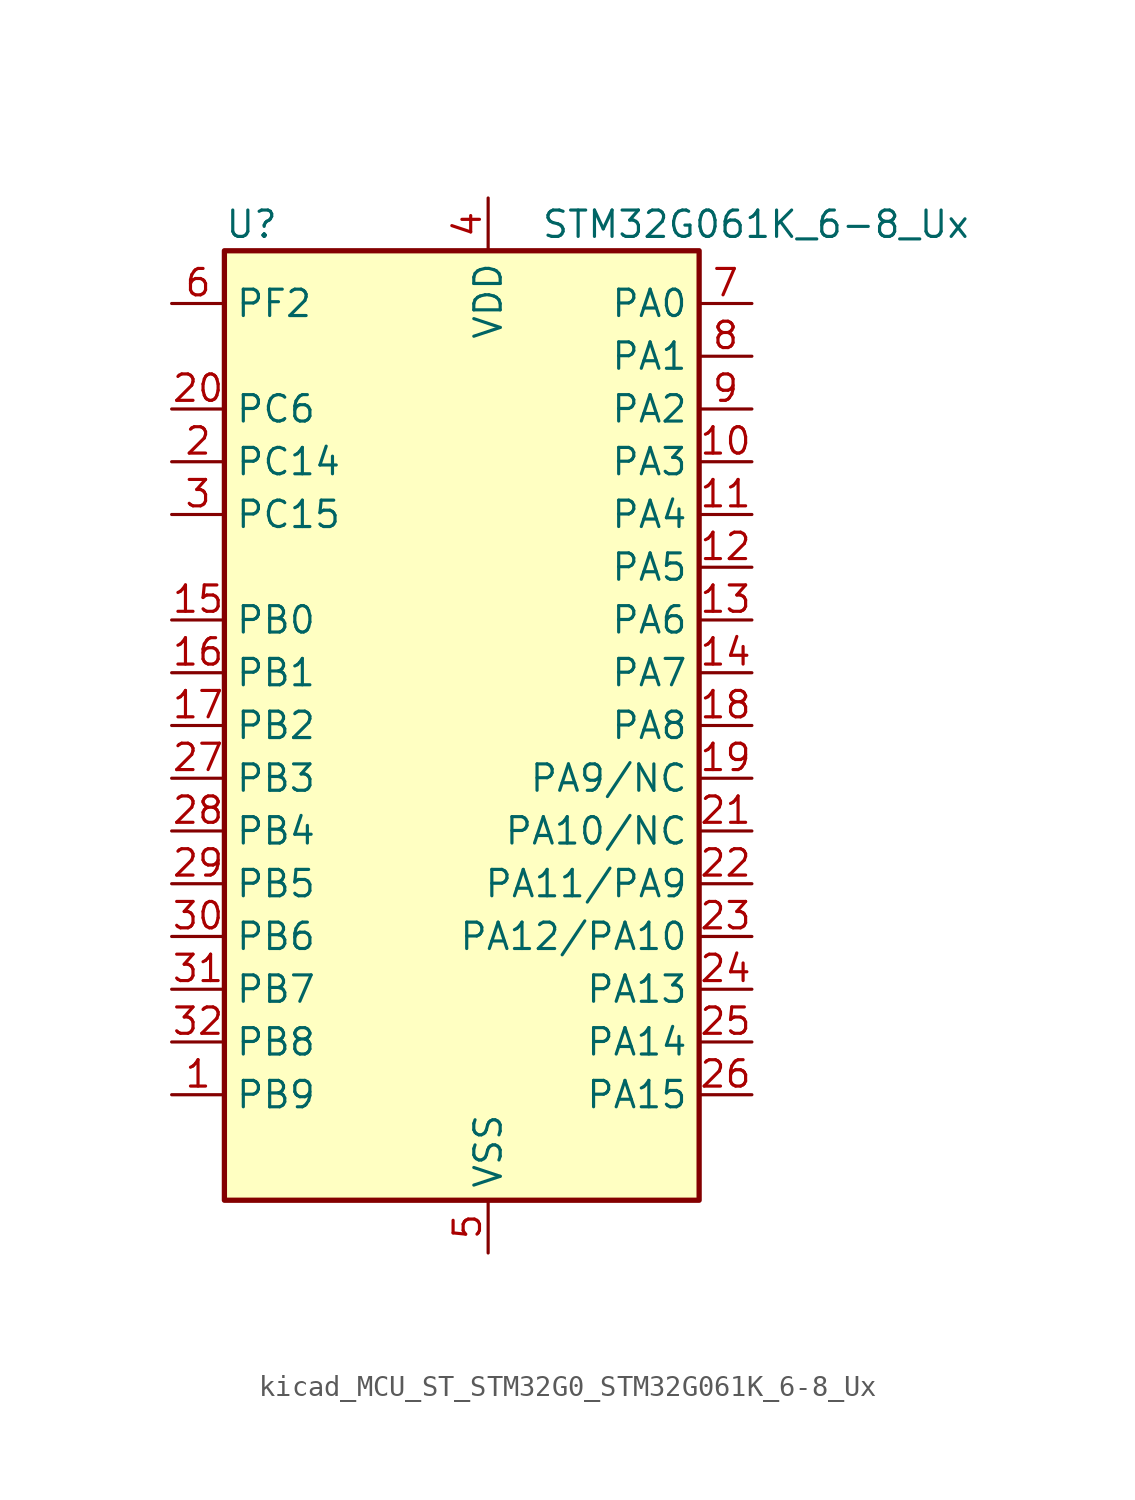
<source format=kicad_sym>
(kicad_symbol_lib
  (version 20220914)
  (generator kicad_symbol_editor)
  (symbol "kicad_MCU_ST_STM32G0_STM32G061K_6-8_Ux"
    (property "Reference" "U"
      (at -10.16 24.13 0)
      (effects (font (size 1.27 1.27)) (justify left)))
    (property "Value" "STM32G061K_6-8_Ux"
      (at 5.08 24.13 0)
      (effects (font (size 1.27 1.27)) (justify left)))
    (property "ki_locked" ""
      (at 0 0 0)
      (effects (font (size 1.27 1.27))))
    (symbol "kicad_MCU_ST_STM32G0_STM32G061K_6-8_Ux_0_1"
      (rectangle (start -10.16 -22.86) (end 12.7 22.86) (stroke (width 0.254) (type default)) (fill (type background))))
    (symbol "kicad_MCU_ST_STM32G0_STM32G061K_6-8_Ux_1_1"
      (pin bidirectional line (at -12.7 -17.78 0) (length 2.54) (name "PB9" (effects (font (size 1.27 1.27)))) (number "1" (effects (font (size 1.27 1.27)))) (alternate "DAC1_EXTI9" bidirectional line) (alternate "I2C1_SDA" bidirectional line) (alternate "IR_OUT" bidirectional line) (alternate "SPI2_NSS" bidirectional line) (alternate "TIM17_CH1" bidirectional line))
      (pin bidirectional line (at 15.24 12.7 180) (length 2.54) (name "PA3" (effects (font (size 1.27 1.27)))) (number "10" (effects (font (size 1.27 1.27)))) (alternate "ADC1_IN3" bidirectional line) (alternate "COMP2_INP" bidirectional line) (alternate "LPUART1_RX" bidirectional line) (alternate "SPI2_MISO" bidirectional line) (alternate "TIM15_CH2" bidirectional line) (alternate "TIM2_CH4" bidirectional line) (alternate "USART2_RX" bidirectional line))
      (pin bidirectional line (at 15.24 10.16 180) (length 2.54) (name "PA4" (effects (font (size 1.27 1.27)))) (number "11" (effects (font (size 1.27 1.27)))) (alternate "ADC1_IN4" bidirectional line) (alternate "DAC1_OUT1" bidirectional line) (alternate "I2S1_WS" bidirectional line) (alternate "LPTIM2_OUT" bidirectional line) (alternate "RTC_OUT1" bidirectional line) (alternate "RTC_TAMP_IN1" bidirectional line) (alternate "RTC_TS" bidirectional line) (alternate "SPI1_NSS" bidirectional line) (alternate "SPI2_MOSI" bidirectional line) (alternate "SYS_WKUP2" bidirectional line) (alternate "TIM14_CH1" bidirectional line))
      (pin bidirectional line (at 15.24 7.62 180) (length 2.54) (name "PA5" (effects (font (size 1.27 1.27)))) (number "12" (effects (font (size 1.27 1.27)))) (alternate "ADC1_IN5" bidirectional line) (alternate "DAC1_OUT2" bidirectional line) (alternate "I2S1_CK" bidirectional line) (alternate "LPTIM2_ETR" bidirectional line) (alternate "SPI1_SCK" bidirectional line) (alternate "TIM2_CH1" bidirectional line) (alternate "TIM2_ETR" bidirectional line))
      (pin bidirectional line (at 15.24 5.08 180) (length 2.54) (name "PA6" (effects (font (size 1.27 1.27)))) (number "13" (effects (font (size 1.27 1.27)))) (alternate "ADC1_IN6" bidirectional line) (alternate "COMP1_OUT" bidirectional line) (alternate "I2S1_MCK" bidirectional line) (alternate "LPUART1_CTS" bidirectional line) (alternate "SPI1_MISO" bidirectional line) (alternate "TIM16_CH1" bidirectional line) (alternate "TIM1_BK" bidirectional line) (alternate "TIM3_CH1" bidirectional line))
      (pin bidirectional line (at 15.24 2.54 180) (length 2.54) (name "PA7" (effects (font (size 1.27 1.27)))) (number "14" (effects (font (size 1.27 1.27)))) (alternate "ADC1_IN7" bidirectional line) (alternate "COMP2_OUT" bidirectional line) (alternate "I2S1_SD" bidirectional line) (alternate "SPI1_MOSI" bidirectional line) (alternate "TIM14_CH1" bidirectional line) (alternate "TIM17_CH1" bidirectional line) (alternate "TIM1_CH1N" bidirectional line) (alternate "TIM3_CH2" bidirectional line))
      (pin bidirectional line (at -12.7 5.08 0) (length 2.54) (name "PB0" (effects (font (size 1.27 1.27)))) (number "15" (effects (font (size 1.27 1.27)))) (alternate "ADC1_IN8" bidirectional line) (alternate "COMP1_OUT" bidirectional line) (alternate "I2S1_WS" bidirectional line) (alternate "LPTIM1_OUT" bidirectional line) (alternate "SPI1_NSS" bidirectional line) (alternate "TIM1_CH2N" bidirectional line) (alternate "TIM3_CH3" bidirectional line))
      (pin bidirectional line (at -12.7 2.54 0) (length 2.54) (name "PB1" (effects (font (size 1.27 1.27)))) (number "16" (effects (font (size 1.27 1.27)))) (alternate "ADC1_IN9" bidirectional line) (alternate "COMP1_INM" bidirectional line) (alternate "LPTIM2_IN1" bidirectional line) (alternate "LPUART1_DE" bidirectional line) (alternate "LPUART1_RTS" bidirectional line) (alternate "TIM14_CH1" bidirectional line) (alternate "TIM1_CH3N" bidirectional line) (alternate "TIM3_CH4" bidirectional line))
      (pin bidirectional line (at -12.7 0 0) (length 2.54) (name "PB2" (effects (font (size 1.27 1.27)))) (number "17" (effects (font (size 1.27 1.27)))) (alternate "ADC1_IN10" bidirectional line) (alternate "COMP1_INP" bidirectional line) (alternate "LPTIM1_OUT" bidirectional line) (alternate "SPI2_MISO" bidirectional line))
      (pin bidirectional line (at 15.24 0 180) (length 2.54) (name "PA8" (effects (font (size 1.27 1.27)))) (number "18" (effects (font (size 1.27 1.27)))) (alternate "LPTIM2_OUT" bidirectional line) (alternate "RCC_MCO" bidirectional line) (alternate "SPI2_NSS" bidirectional line) (alternate "TIM1_CH1" bidirectional line))
      (pin bidirectional line (at 15.24 -2.54 180) (length 2.54) (name "PA9/NC" (effects (font (size 1.27 1.27)))) (number "19" (effects (font (size 1.27 1.27)))) (alternate "DAC1_EXTI9" bidirectional line) (alternate "I2C1_SCL" bidirectional line) (alternate "RCC_MCO" bidirectional line) (alternate "SPI2_MISO" bidirectional line) (alternate "TIM15_BK" bidirectional line) (alternate "TIM1_CH2" bidirectional line) (alternate "USART1_TX" bidirectional line))
      (pin bidirectional line (at -12.7 12.7 0) (length 2.54) (name "PC14" (effects (font (size 1.27 1.27)))) (number "2" (effects (font (size 1.27 1.27)))) (alternate "RCC_OSC32_IN" bidirectional line) (alternate "RCC_OSC_IN" bidirectional line) (alternate "TIM1_BK2" bidirectional line))
      (pin bidirectional line (at -12.7 15.24 0) (length 2.54) (name "PC6" (effects (font (size 1.27 1.27)))) (number "20" (effects (font (size 1.27 1.27)))) (alternate "TIM2_CH3" bidirectional line) (alternate "TIM3_CH1" bidirectional line))
      (pin bidirectional line (at 15.24 -5.08 180) (length 2.54) (name "PA10/NC" (effects (font (size 1.27 1.27)))) (number "21" (effects (font (size 1.27 1.27)))) (alternate "I2C1_SDA" bidirectional line) (alternate "SPI2_MOSI" bidirectional line) (alternate "TIM17_BK" bidirectional line) (alternate "TIM1_CH3" bidirectional line) (alternate "USART1_RX" bidirectional line))
      (pin bidirectional line (at 15.24 -7.62 180) (length 2.54) (name "PA11/PA9" (effects (font (size 1.27 1.27)))) (number "22" (effects (font (size 1.27 1.27)))) (alternate "ADC1_EXTI11" bidirectional line) (alternate "ADC1_IN15" bidirectional line) (alternate "COMP1_OUT" bidirectional line) (alternate "I2C2_SCL" bidirectional line) (alternate "I2S1_MCK" bidirectional line) (alternate "SPI1_MISO" bidirectional line) (alternate "TIM1_BK2" bidirectional line) (alternate "TIM1_CH4" bidirectional line) (alternate "USART1_CTS" bidirectional line) (alternate "USART1_NSS" bidirectional line))
      (pin bidirectional line (at 15.24 -10.16 180) (length 2.54) (name "PA12/PA10" (effects (font (size 1.27 1.27)))) (number "23" (effects (font (size 1.27 1.27)))) (alternate "ADC1_IN16" bidirectional line) (alternate "COMP2_OUT" bidirectional line) (alternate "I2C2_SDA" bidirectional line) (alternate "I2S1_SD" bidirectional line) (alternate "I2S_CKIN" bidirectional line) (alternate "SPI1_MOSI" bidirectional line) (alternate "TIM1_ETR" bidirectional line) (alternate "USART1_CK" bidirectional line) (alternate "USART1_DE" bidirectional line) (alternate "USART1_RTS" bidirectional line))
      (pin bidirectional line (at 15.24 -12.7 180) (length 2.54) (name "PA13" (effects (font (size 1.27 1.27)))) (number "24" (effects (font (size 1.27 1.27)))) (alternate "ADC1_IN17" bidirectional line) (alternate "IR_OUT" bidirectional line) (alternate "SYS_SWDIO" bidirectional line))
      (pin bidirectional line (at 15.24 -15.24 180) (length 2.54) (name "PA14" (effects (font (size 1.27 1.27)))) (number "25" (effects (font (size 1.27 1.27)))) (alternate "ADC1_IN18" bidirectional line) (alternate "SYS_SWCLK" bidirectional line) (alternate "USART2_TX" bidirectional line))
      (pin bidirectional line (at 15.24 -17.78 180) (length 2.54) (name "PA15" (effects (font (size 1.27 1.27)))) (number "26" (effects (font (size 1.27 1.27)))) (alternate "I2S1_WS" bidirectional line) (alternate "SPI1_NSS" bidirectional line) (alternate "TIM2_CH1" bidirectional line) (alternate "TIM2_ETR" bidirectional line) (alternate "USART2_RX" bidirectional line))
      (pin bidirectional line (at -12.7 -2.54 0) (length 2.54) (name "PB3" (effects (font (size 1.27 1.27)))) (number "27" (effects (font (size 1.27 1.27)))) (alternate "COMP2_INM" bidirectional line) (alternate "I2S1_CK" bidirectional line) (alternate "SPI1_SCK" bidirectional line) (alternate "TIM1_CH2" bidirectional line) (alternate "TIM2_CH2" bidirectional line) (alternate "USART1_CK" bidirectional line) (alternate "USART1_DE" bidirectional line) (alternate "USART1_RTS" bidirectional line))
      (pin bidirectional line (at -12.7 -5.08 0) (length 2.54) (name "PB4" (effects (font (size 1.27 1.27)))) (number "28" (effects (font (size 1.27 1.27)))) (alternate "COMP2_INP" bidirectional line) (alternate "I2S1_MCK" bidirectional line) (alternate "SPI1_MISO" bidirectional line) (alternate "TIM17_BK" bidirectional line) (alternate "TIM3_CH1" bidirectional line) (alternate "USART1_CTS" bidirectional line) (alternate "USART1_NSS" bidirectional line))
      (pin bidirectional line (at -12.7 -7.62 0) (length 2.54) (name "PB5" (effects (font (size 1.27 1.27)))) (number "29" (effects (font (size 1.27 1.27)))) (alternate "COMP2_OUT" bidirectional line) (alternate "I2C1_SMBA" bidirectional line) (alternate "I2S1_SD" bidirectional line) (alternate "LPTIM1_IN1" bidirectional line) (alternate "SPI1_MOSI" bidirectional line) (alternate "SYS_WKUP6" bidirectional line) (alternate "TIM16_BK" bidirectional line) (alternate "TIM3_CH2" bidirectional line))
      (pin bidirectional line (at -12.7 10.16 0) (length 2.54) (name "PC15" (effects (font (size 1.27 1.27)))) (number "3" (effects (font (size 1.27 1.27)))) (alternate "RCC_OSC32_EN" bidirectional line) (alternate "RCC_OSC32_OUT" bidirectional line) (alternate "RCC_OSC_EN" bidirectional line) (alternate "TIM15_BK" bidirectional line))
      (pin bidirectional line (at -12.7 -10.16 0) (length 2.54) (name "PB6" (effects (font (size 1.27 1.27)))) (number "30" (effects (font (size 1.27 1.27)))) (alternate "COMP2_INP" bidirectional line) (alternate "I2C1_SCL" bidirectional line) (alternate "LPTIM1_ETR" bidirectional line) (alternate "SPI2_MISO" bidirectional line) (alternate "TIM16_CH1N" bidirectional line) (alternate "TIM1_CH3" bidirectional line) (alternate "USART1_TX" bidirectional line))
      (pin bidirectional line (at -12.7 -12.7 0) (length 2.54) (name "PB7" (effects (font (size 1.27 1.27)))) (number "31" (effects (font (size 1.27 1.27)))) (alternate "ADC1_IN11" bidirectional line) (alternate "COMP2_INM" bidirectional line) (alternate "I2C1_SDA" bidirectional line) (alternate "LPTIM1_IN2" bidirectional line) (alternate "SPI2_MOSI" bidirectional line) (alternate "SYS_PVD_IN" bidirectional line) (alternate "TIM17_CH1N" bidirectional line) (alternate "USART1_RX" bidirectional line))
      (pin bidirectional line (at -12.7 -15.24 0) (length 2.54) (name "PB8" (effects (font (size 1.27 1.27)))) (number "32" (effects (font (size 1.27 1.27)))) (alternate "I2C1_SCL" bidirectional line) (alternate "SPI2_SCK" bidirectional line) (alternate "TIM15_BK" bidirectional line) (alternate "TIM16_CH1" bidirectional line))
      (pin passive line (at 2.54 -25.4 90) (length 2.54) hide (name "VSS" (effects (font (size 1.27 1.27)))) (number "33" (effects (font (size 1.27 1.27)))))
      (pin power_in line (at 2.54 25.4 270) (length 2.54) (name "VDD" (effects (font (size 1.27 1.27)))) (number "4" (effects (font (size 1.27 1.27)))))
      (pin power_in line (at 2.54 -25.4 90) (length 2.54) (name "VSS" (effects (font (size 1.27 1.27)))) (number "5" (effects (font (size 1.27 1.27)))))
      (pin bidirectional line (at -12.7 20.32 0) (length 2.54) (name "PF2" (effects (font (size 1.27 1.27)))) (number "6" (effects (font (size 1.27 1.27)))) (alternate "RCC_MCO" bidirectional line))
      (pin bidirectional line (at 15.24 20.32 180) (length 2.54) (name "PA0" (effects (font (size 1.27 1.27)))) (number "7" (effects (font (size 1.27 1.27)))) (alternate "ADC1_IN0" bidirectional line) (alternate "COMP1_INM" bidirectional line) (alternate "COMP1_OUT" bidirectional line) (alternate "LPTIM1_OUT" bidirectional line) (alternate "RTC_TAMP_IN2" bidirectional line) (alternate "SPI2_SCK" bidirectional line) (alternate "SYS_WKUP1" bidirectional line) (alternate "TIM2_CH1" bidirectional line) (alternate "TIM2_ETR" bidirectional line) (alternate "USART2_CTS" bidirectional line) (alternate "USART2_NSS" bidirectional line))
      (pin bidirectional line (at 15.24 17.78 180) (length 2.54) (name "PA1" (effects (font (size 1.27 1.27)))) (number "8" (effects (font (size 1.27 1.27)))) (alternate "ADC1_IN1" bidirectional line) (alternate "COMP1_INP" bidirectional line) (alternate "I2C1_SMBA" bidirectional line) (alternate "I2S1_CK" bidirectional line) (alternate "SPI1_SCK" bidirectional line) (alternate "TIM15_CH1N" bidirectional line) (alternate "TIM2_CH2" bidirectional line) (alternate "USART2_CK" bidirectional line) (alternate "USART2_DE" bidirectional line) (alternate "USART2_RTS" bidirectional line))
      (pin bidirectional line (at 15.24 15.24 180) (length 2.54) (name "PA2" (effects (font (size 1.27 1.27)))) (number "9" (effects (font (size 1.27 1.27)))) (alternate "ADC1_IN2" bidirectional line) (alternate "COMP2_INM" bidirectional line) (alternate "COMP2_OUT" bidirectional line) (alternate "I2S1_SD" bidirectional line) (alternate "LPUART1_TX" bidirectional line) (alternate "RCC_LSCO" bidirectional line) (alternate "SPI1_MOSI" bidirectional line) (alternate "SYS_WKUP4" bidirectional line) (alternate "TIM15_CH1" bidirectional line) (alternate "TIM2_CH3" bidirectional line) (alternate "USART2_TX" bidirectional line)))))
</source>
